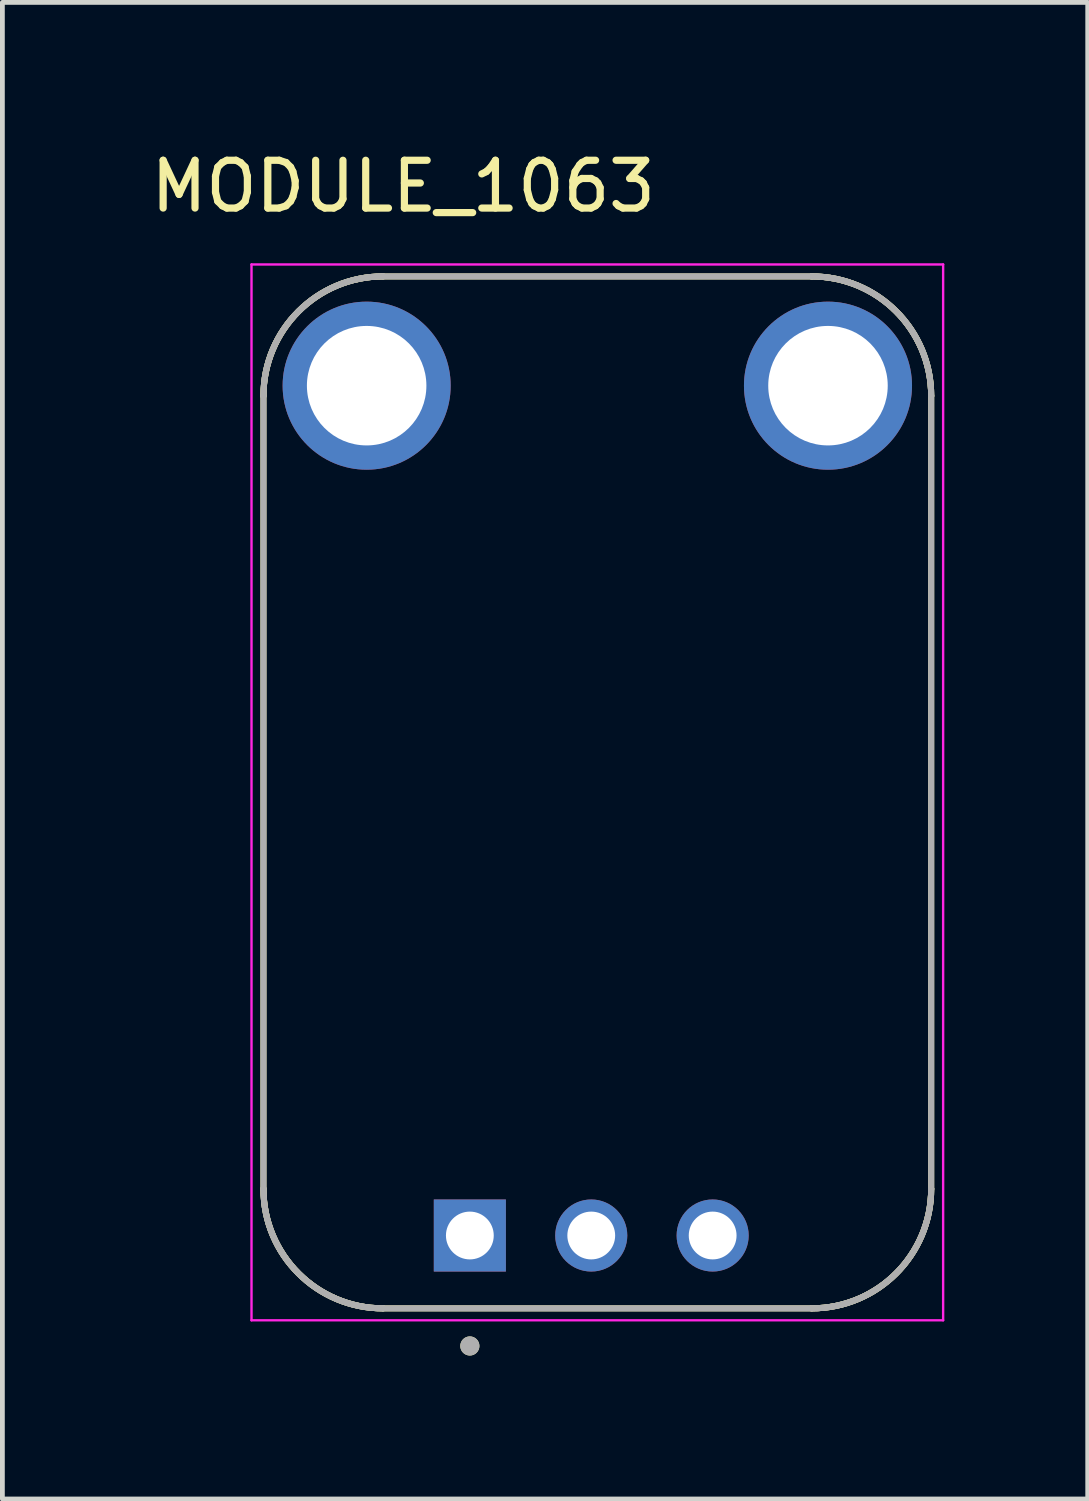
<source format=kicad_pcb>
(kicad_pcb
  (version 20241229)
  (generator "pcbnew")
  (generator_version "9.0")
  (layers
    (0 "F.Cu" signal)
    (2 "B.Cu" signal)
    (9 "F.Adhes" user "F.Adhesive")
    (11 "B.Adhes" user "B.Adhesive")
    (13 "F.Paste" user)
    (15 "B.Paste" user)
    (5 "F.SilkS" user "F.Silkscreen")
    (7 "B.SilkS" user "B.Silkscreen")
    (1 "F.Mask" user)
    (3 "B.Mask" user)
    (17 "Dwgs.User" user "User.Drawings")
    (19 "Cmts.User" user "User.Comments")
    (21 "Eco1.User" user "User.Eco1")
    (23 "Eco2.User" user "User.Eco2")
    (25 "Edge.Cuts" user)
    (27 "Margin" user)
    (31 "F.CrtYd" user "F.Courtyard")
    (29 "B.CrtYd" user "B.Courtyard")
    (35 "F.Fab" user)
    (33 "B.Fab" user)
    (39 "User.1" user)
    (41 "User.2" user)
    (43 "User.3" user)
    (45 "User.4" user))
  (footprint "MODULE_1063"
    (layer "F.Cu")
    (at 9.447 13.528)
    (property "Reference" "MODULE_1063" (at -4.06 -12.68 0) (layer "F.SilkS") (effects (font (size 1 1) (thickness 0.15))))
    (attr through_hole)
    (fp_line (start -6.985 -8.295) (end -6.985 8.295) (stroke (width 0.127) (type solid)) (layer "F.SilkS"))
    (fp_line (start -4.485 10.795) (end 4.485 10.795) (stroke (width 0.127) (type solid)) (layer "F.SilkS"))
    (fp_line (start 4.485 -10.795) (end -4.485 -10.795) (stroke (width 0.127) (type solid)) (layer "F.SilkS"))
    (fp_line (start 6.985 8.295) (end 6.985 -8.295) (stroke (width 0.127) (type solid)) (layer "F.SilkS"))
    (fp_arc (start -6.985 -8.295) (mid -6.252767 -10.062767) (end -4.485 -10.795) (stroke (width 0.127) (type solid)) (layer "F.SilkS"))
    (fp_arc (start -6.985 -8.295) (mid -6.252767 -10.062767) (end -4.485 -10.795) (stroke (width 0.127) (type solid)) (layer "F.SilkS"))
    (fp_arc (start -4.485 10.795) (mid -6.252767 10.062767) (end -6.985 8.295) (stroke (width 0.127) (type solid)) (layer "F.SilkS"))
    (fp_arc (start -4.485 10.795) (mid -6.252767 10.062767) (end -6.985 8.295) (stroke (width 0.127) (type solid)) (layer "F.SilkS"))
    (fp_arc (start 4.485 -10.795) (mid 6.252767 -10.062767) (end 6.985 -8.295) (stroke (width 0.127) (type solid)) (layer "F.SilkS"))
    (fp_arc (start 4.485 -10.795) (mid 6.252767 -10.062767) (end 6.985 -8.295) (stroke (width 0.127) (type solid)) (layer "F.SilkS"))
    (fp_arc (start 6.985 8.295) (mid 6.252767 10.062767) (end 4.485 10.795) (stroke (width 0.127) (type solid)) (layer "F.SilkS"))
    (fp_arc (start 6.985 8.295) (mid 6.252767 10.062767) (end 4.485 10.795) (stroke (width 0.127) (type solid)) (layer "F.SilkS"))
    (fp_circle (center -2.667 11.582) (end -2.567 11.582) (stroke (width 0.2) (type solid)) (fill no) (layer "F.SilkS"))
    (fp_line (start -7.235 -11.045) (end -7.235 11.045) (stroke (width 0.05) (type solid)) (layer "F.CrtYd"))
    (fp_line (start -7.235 11.045) (end 7.235 11.045) (stroke (width 0.05) (type solid)) (layer "F.CrtYd"))
    (fp_line (start 7.235 -11.045) (end -7.235 -11.045) (stroke (width 0.05) (type solid)) (layer "F.CrtYd"))
    (fp_line (start 7.235 11.045) (end 7.235 -11.045) (stroke (width 0.05) (type solid)) (layer "F.CrtYd"))
    (fp_line (start -6.985 -8.295) (end -6.985 8.295) (stroke (width 0.127) (type solid)) (layer "F.Fab"))
    (fp_line (start -4.485 10.795) (end 4.485 10.795) (stroke (width 0.127) (type solid)) (layer "F.Fab"))
    (fp_line (start 4.485 -10.795) (end -4.485 -10.795) (stroke (width 0.127) (type solid)) (layer "F.Fab"))
    (fp_line (start 6.985 8.295) (end 6.985 -8.295) (stroke (width 0.127) (type solid)) (layer "F.Fab"))
    (fp_arc (start -6.985 -8.295) (mid -6.252767 -10.062767) (end -4.485 -10.795) (stroke (width 0.127) (type solid)) (layer "F.Fab"))
    (fp_arc (start -6.985 -8.295) (mid -6.252767 -10.062767) (end -4.485 -10.795) (stroke (width 0.127) (type solid)) (layer "F.Fab"))
    (fp_arc (start -4.485 10.795) (mid -6.252767 10.062767) (end -6.985 8.295) (stroke (width 0.127) (type solid)) (layer "F.Fab"))
    (fp_arc (start -4.485 10.795) (mid -6.252767 10.062767) (end -6.985 8.295) (stroke (width 0.127) (type solid)) (layer "F.Fab"))
    (fp_arc (start 4.485 -10.795) (mid 6.252767 -10.062767) (end 6.985 -8.295) (stroke (width 0.127) (type solid)) (layer "F.Fab"))
    (fp_arc (start 4.485 -10.795) (mid 6.252767 -10.062767) (end 6.985 -8.295) (stroke (width 0.127) (type solid)) (layer "F.Fab"))
    (fp_arc (start 6.985 8.295) (mid 6.252767 10.062767) (end 4.485 10.795) (stroke (width 0.127) (type solid)) (layer "F.Fab"))
    (fp_arc (start 6.985 8.295) (mid 6.252767 10.062767) (end 4.485 10.795) (stroke (width 0.127) (type solid)) (layer "F.Fab"))
    (fp_circle (center -2.667 11.582) (end -2.567 11.582) (stroke (width 0.2) (type solid)) (fill no) (layer "F.Fab"))
    (pad "1" thru_hole rect (at -2.667 9.271) (size 1.508 1.508) (drill 1) (layers "*.Cu" "*.Mask"))
    (pad "2" thru_hole circle (at -0.127 9.271) (size 1.508 1.508) (drill 1) (layers "*.Cu" "*.Mask"))
    (pad "3" thru_hole circle (at 2.413 9.271) (size 1.508 1.508) (drill 1) (layers "*.Cu" "*.Mask"))
    (pad "S1" thru_hole circle (at -4.826 -8.509) (size 3.516 3.516) (drill 2.5) (layers "*.Cu" "*.Mask"))
    (pad "S2" thru_hole circle (at 4.826 -8.509) (size 3.516 3.516) (drill 2.5) (layers "*.Cu" "*.Mask")))
  (gr_rect
    (start -3 -3)
    (end 19.707 28.311)
    (stroke (width 0.1) (type default))
    (fill no)
    (layer "Edge.Cuts")))
</source>
